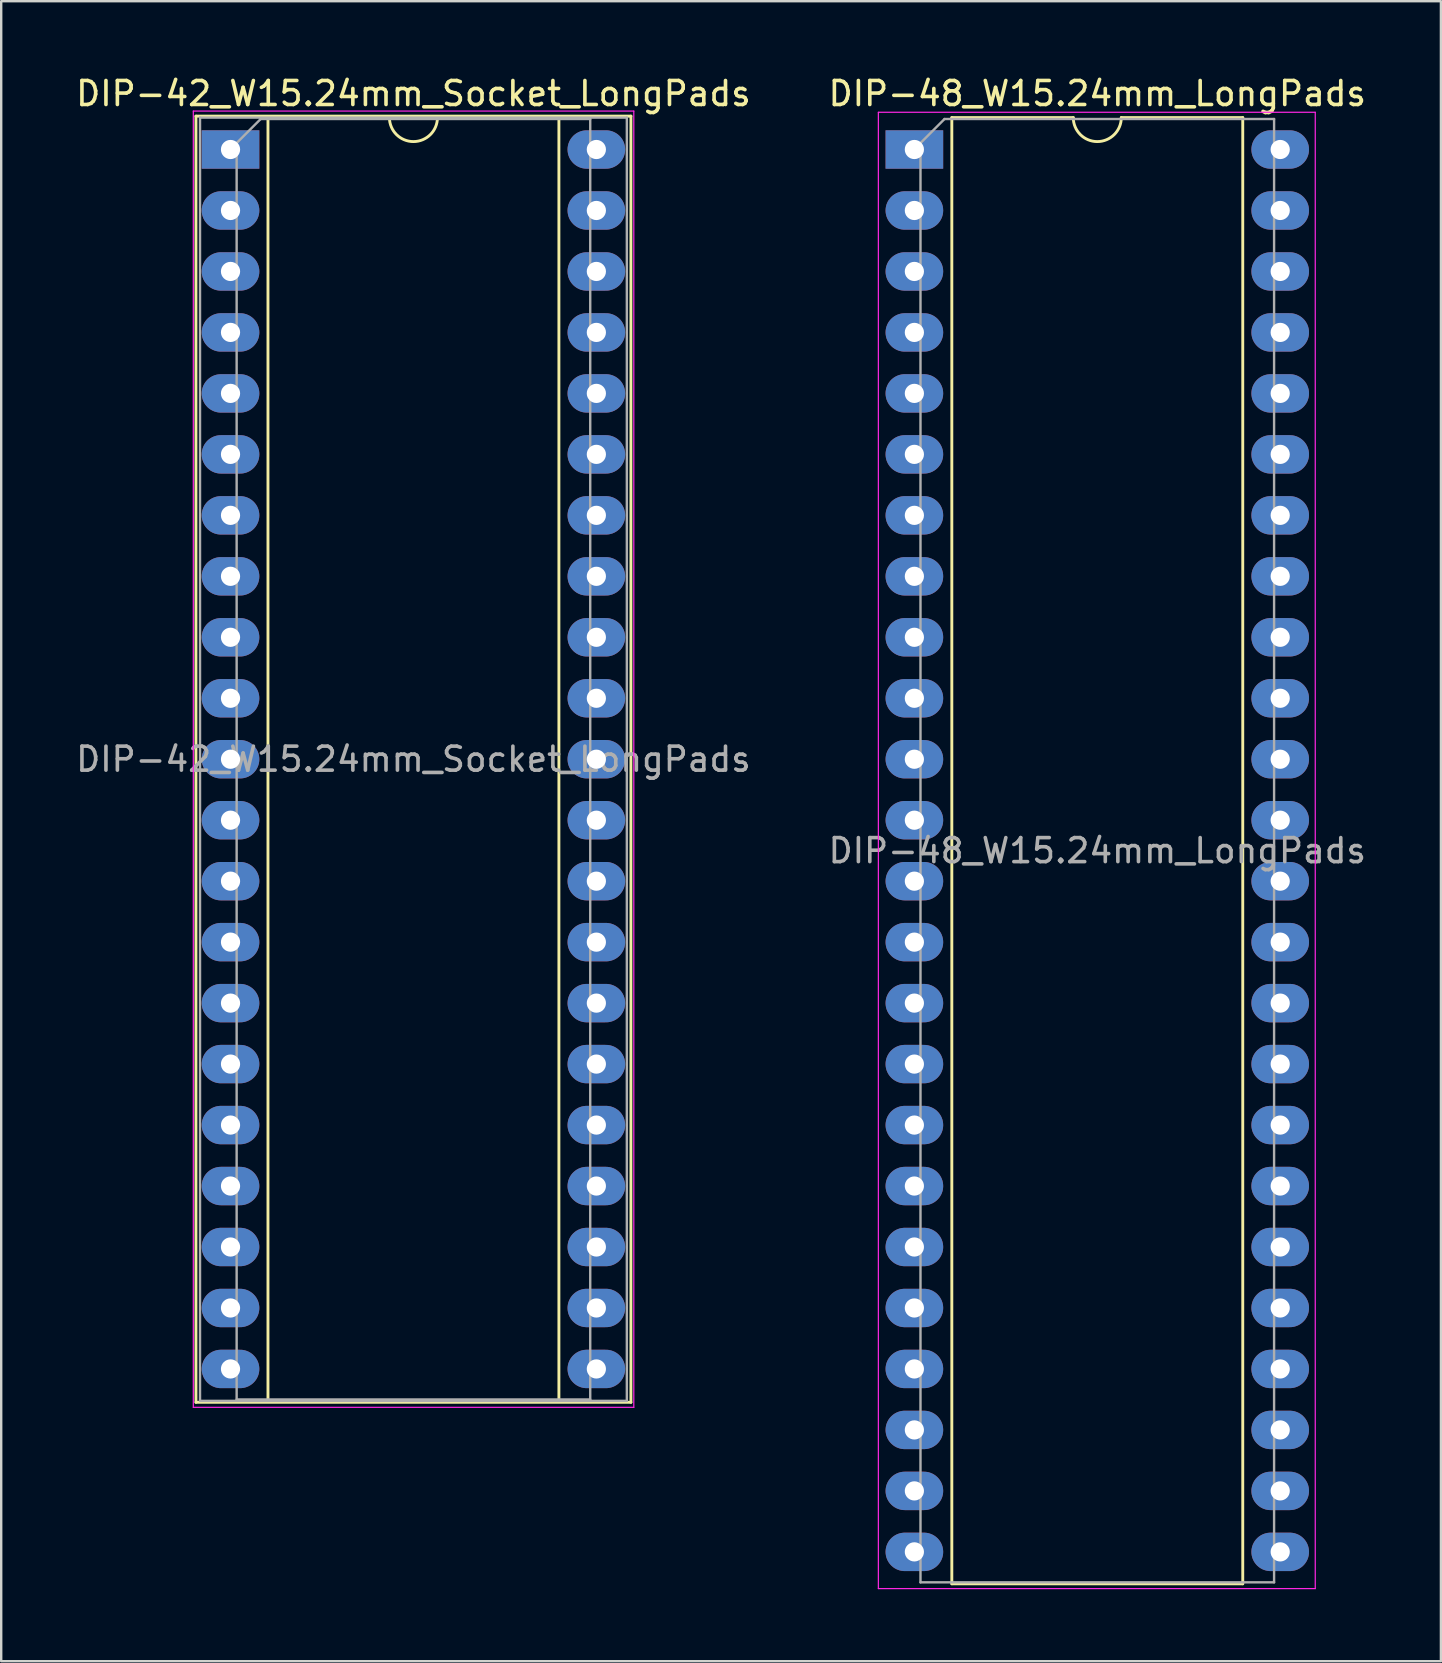
<source format=kicad_pcb>
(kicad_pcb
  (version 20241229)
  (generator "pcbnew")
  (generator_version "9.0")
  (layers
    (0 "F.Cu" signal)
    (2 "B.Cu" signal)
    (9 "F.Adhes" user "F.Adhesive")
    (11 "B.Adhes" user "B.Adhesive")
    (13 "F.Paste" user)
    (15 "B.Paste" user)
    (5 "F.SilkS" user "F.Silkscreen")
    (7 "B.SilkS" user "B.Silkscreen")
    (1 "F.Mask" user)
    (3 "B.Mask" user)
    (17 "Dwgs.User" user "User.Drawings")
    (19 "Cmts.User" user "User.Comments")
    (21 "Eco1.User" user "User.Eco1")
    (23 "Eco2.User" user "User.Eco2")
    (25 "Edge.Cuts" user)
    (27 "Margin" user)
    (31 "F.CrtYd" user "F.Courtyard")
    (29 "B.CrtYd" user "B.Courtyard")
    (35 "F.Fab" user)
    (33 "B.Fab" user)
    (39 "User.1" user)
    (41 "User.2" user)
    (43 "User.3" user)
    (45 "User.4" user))
  (footprint "DIP-48_W15.24mm_LongPads"
    (layer "F.Cu")
    (at 35.041 3.178)
    (property "Reference" "DIP-48_W15.24mm_LongPads" (at 7.62 -2.33 0) (layer "F.SilkS") (effects (font (size 1 1) (thickness 0.15))))
    (attr through_hole)
    (fp_line (start 1.56 -1.33) (end 1.56 59.75) (stroke (width 0.12) (type solid)) (layer "F.SilkS"))
    (fp_line (start 1.56 59.75) (end 13.68 59.75) (stroke (width 0.12) (type solid)) (layer "F.SilkS"))
    (fp_line (start 6.62 -1.33) (end 1.56 -1.33) (stroke (width 0.12) (type solid)) (layer "F.SilkS"))
    (fp_line (start 13.68 -1.33) (end 8.62 -1.33) (stroke (width 0.12) (type solid)) (layer "F.SilkS"))
    (fp_line (start 13.68 59.75) (end 13.68 -1.33) (stroke (width 0.12) (type solid)) (layer "F.SilkS"))
    (fp_arc (start 8.62 -1.33) (mid 7.62 -0.33) (end 6.62 -1.33) (stroke (width 0.12) (type solid)) (layer "F.SilkS"))
    (fp_line (start -1.5 -1.55) (end -1.5 59.95) (stroke (width 0.05) (type solid)) (layer "F.CrtYd"))
    (fp_line (start -1.5 59.95) (end 16.7 59.95) (stroke (width 0.05) (type solid)) (layer "F.CrtYd"))
    (fp_line (start 16.7 -1.55) (end -1.5 -1.55) (stroke (width 0.05) (type solid)) (layer "F.CrtYd"))
    (fp_line (start 16.7 59.95) (end 16.7 -1.55) (stroke (width 0.05) (type solid)) (layer "F.CrtYd"))
    (fp_line (start 0.255 -0.27) (end 1.255 -1.27) (stroke (width 0.1) (type solid)) (layer "F.Fab"))
    (fp_line (start 0.255 59.69) (end 0.255 -0.27) (stroke (width 0.1) (type solid)) (layer "F.Fab"))
    (fp_line (start 1.255 -1.27) (end 14.985 -1.27) (stroke (width 0.1) (type solid)) (layer "F.Fab"))
    (fp_line (start 14.985 -1.27) (end 14.985 59.69) (stroke (width 0.1) (type solid)) (layer "F.Fab"))
    (fp_line (start 14.985 59.69) (end 0.255 59.69) (stroke (width 0.1) (type solid)) (layer "F.Fab"))
    (fp_text user "${REFERENCE}" (at 7.62 29.21 0) (layer "F.Fab") (effects (font (size 1 1) (thickness 0.15))))
    (pad "1" thru_hole rect (at 0 0) (size 2.4 1.6) (drill 0.8) (layers "*.Cu" "*.Mask"))
    (pad "2" thru_hole oval (at 0 2.54) (size 2.4 1.6) (drill 0.8) (layers "*.Cu" "*.Mask"))
    (pad "3" thru_hole oval (at 0 5.08) (size 2.4 1.6) (drill 0.8) (layers "*.Cu" "*.Mask"))
    (pad "4" thru_hole oval (at 0 7.62) (size 2.4 1.6) (drill 0.8) (layers "*.Cu" "*.Mask"))
    (pad "5" thru_hole oval (at 0 10.16) (size 2.4 1.6) (drill 0.8) (layers "*.Cu" "*.Mask"))
    (pad "6" thru_hole oval (at 0 12.7) (size 2.4 1.6) (drill 0.8) (layers "*.Cu" "*.Mask"))
    (pad "7" thru_hole oval (at 0 15.24) (size 2.4 1.6) (drill 0.8) (layers "*.Cu" "*.Mask"))
    (pad "8" thru_hole oval (at 0 17.78) (size 2.4 1.6) (drill 0.8) (layers "*.Cu" "*.Mask"))
    (pad "9" thru_hole oval (at 0 20.32) (size 2.4 1.6) (drill 0.8) (layers "*.Cu" "*.Mask"))
    (pad "10" thru_hole oval (at 0 22.86) (size 2.4 1.6) (drill 0.8) (layers "*.Cu" "*.Mask"))
    (pad "11" thru_hole oval (at 0 25.4) (size 2.4 1.6) (drill 0.8) (layers "*.Cu" "*.Mask"))
    (pad "12" thru_hole oval (at 0 27.94) (size 2.4 1.6) (drill 0.8) (layers "*.Cu" "*.Mask"))
    (pad "13" thru_hole oval (at 0 30.48) (size 2.4 1.6) (drill 0.8) (layers "*.Cu" "*.Mask"))
    (pad "14" thru_hole oval (at 0 33.02) (size 2.4 1.6) (drill 0.8) (layers "*.Cu" "*.Mask"))
    (pad "15" thru_hole oval (at 0 35.56) (size 2.4 1.6) (drill 0.8) (layers "*.Cu" "*.Mask"))
    (pad "16" thru_hole oval (at 0 38.1) (size 2.4 1.6) (drill 0.8) (layers "*.Cu" "*.Mask"))
    (pad "17" thru_hole oval (at 0 40.64) (size 2.4 1.6) (drill 0.8) (layers "*.Cu" "*.Mask"))
    (pad "18" thru_hole oval (at 0 43.18) (size 2.4 1.6) (drill 0.8) (layers "*.Cu" "*.Mask"))
    (pad "19" thru_hole oval (at 0 45.72) (size 2.4 1.6) (drill 0.8) (layers "*.Cu" "*.Mask"))
    (pad "20" thru_hole oval (at 0 48.26) (size 2.4 1.6) (drill 0.8) (layers "*.Cu" "*.Mask"))
    (pad "21" thru_hole oval (at 0 50.8) (size 2.4 1.6) (drill 0.8) (layers "*.Cu" "*.Mask"))
    (pad "22" thru_hole oval (at 0 53.34) (size 2.4 1.6) (drill 0.8) (layers "*.Cu" "*.Mask"))
    (pad "23" thru_hole oval (at 0 55.88) (size 2.4 1.6) (drill 0.8) (layers "*.Cu" "*.Mask"))
    (pad "24" thru_hole oval (at 0 58.42) (size 2.4 1.6) (drill 0.8) (layers "*.Cu" "*.Mask"))
    (pad "25" thru_hole oval (at 15.24 58.42) (size 2.4 1.6) (drill 0.8) (layers "*.Cu" "*.Mask"))
    (pad "26" thru_hole oval (at 15.24 55.88) (size 2.4 1.6) (drill 0.8) (layers "*.Cu" "*.Mask"))
    (pad "27" thru_hole oval (at 15.24 53.34) (size 2.4 1.6) (drill 0.8) (layers "*.Cu" "*.Mask"))
    (pad "28" thru_hole oval (at 15.24 50.8) (size 2.4 1.6) (drill 0.8) (layers "*.Cu" "*.Mask"))
    (pad "29" thru_hole oval (at 15.24 48.26) (size 2.4 1.6) (drill 0.8) (layers "*.Cu" "*.Mask"))
    (pad "30" thru_hole oval (at 15.24 45.72) (size 2.4 1.6) (drill 0.8) (layers "*.Cu" "*.Mask"))
    (pad "31" thru_hole oval (at 15.24 43.18) (size 2.4 1.6) (drill 0.8) (layers "*.Cu" "*.Mask"))
    (pad "32" thru_hole oval (at 15.24 40.64) (size 2.4 1.6) (drill 0.8) (layers "*.Cu" "*.Mask"))
    (pad "33" thru_hole oval (at 15.24 38.1) (size 2.4 1.6) (drill 0.8) (layers "*.Cu" "*.Mask"))
    (pad "34" thru_hole oval (at 15.24 35.56) (size 2.4 1.6) (drill 0.8) (layers "*.Cu" "*.Mask"))
    (pad "35" thru_hole oval (at 15.24 33.02) (size 2.4 1.6) (drill 0.8) (layers "*.Cu" "*.Mask"))
    (pad "36" thru_hole oval (at 15.24 30.48) (size 2.4 1.6) (drill 0.8) (layers "*.Cu" "*.Mask"))
    (pad "37" thru_hole oval (at 15.24 27.94) (size 2.4 1.6) (drill 0.8) (layers "*.Cu" "*.Mask"))
    (pad "38" thru_hole oval (at 15.24 25.4) (size 2.4 1.6) (drill 0.8) (layers "*.Cu" "*.Mask"))
    (pad "39" thru_hole oval (at 15.24 22.86) (size 2.4 1.6) (drill 0.8) (layers "*.Cu" "*.Mask"))
    (pad "40" thru_hole oval (at 15.24 20.32) (size 2.4 1.6) (drill 0.8) (layers "*.Cu" "*.Mask"))
    (pad "41" thru_hole oval (at 15.24 17.78) (size 2.4 1.6) (drill 0.8) (layers "*.Cu" "*.Mask"))
    (pad "42" thru_hole oval (at 15.24 15.24) (size 2.4 1.6) (drill 0.8) (layers "*.Cu" "*.Mask"))
    (pad "43" thru_hole oval (at 15.24 12.7) (size 2.4 1.6) (drill 0.8) (layers "*.Cu" "*.Mask"))
    (pad "44" thru_hole oval (at 15.24 10.16) (size 2.4 1.6) (drill 0.8) (layers "*.Cu" "*.Mask"))
    (pad "45" thru_hole oval (at 15.24 7.62) (size 2.4 1.6) (drill 0.8) (layers "*.Cu" "*.Mask"))
    (pad "46" thru_hole oval (at 15.24 5.08) (size 2.4 1.6) (drill 0.8) (layers "*.Cu" "*.Mask"))
    (pad "47" thru_hole oval (at 15.24 2.54) (size 2.4 1.6) (drill 0.8) (layers "*.Cu" "*.Mask"))
    (pad "48" thru_hole oval (at 15.24 0) (size 2.4 1.6) (drill 0.8) (layers "*.Cu" "*.Mask")))
  (footprint "DIP-42_W15.24mm_Socket_LongPads"
    (layer "F.Cu")
    (at 6.553 3.178)
    (property "Reference" "DIP-42_W15.24mm_Socket_LongPads" (at 7.62 -2.33 0) (layer "F.SilkS") (effects (font (size 1 1) (thickness 0.15))))
    (attr through_hole)
    (fp_line (start -1.44 -1.39) (end -1.44 52.19) (stroke (width 0.12) (type solid)) (layer "F.SilkS"))
    (fp_line (start -1.44 52.19) (end 16.68 52.19) (stroke (width 0.12) (type solid)) (layer "F.SilkS"))
    (fp_line (start 1.56 -1.33) (end 1.56 52.13) (stroke (width 0.12) (type solid)) (layer "F.SilkS"))
    (fp_line (start 1.56 52.13) (end 13.68 52.13) (stroke (width 0.12) (type solid)) (layer "F.SilkS"))
    (fp_line (start 6.62 -1.33) (end 1.56 -1.33) (stroke (width 0.12) (type solid)) (layer "F.SilkS"))
    (fp_line (start 13.68 -1.33) (end 8.62 -1.33) (stroke (width 0.12) (type solid)) (layer "F.SilkS"))
    (fp_line (start 13.68 52.13) (end 13.68 -1.33) (stroke (width 0.12) (type solid)) (layer "F.SilkS"))
    (fp_line (start 16.68 -1.39) (end -1.44 -1.39) (stroke (width 0.12) (type solid)) (layer "F.SilkS"))
    (fp_line (start 16.68 52.19) (end 16.68 -1.39) (stroke (width 0.12) (type solid)) (layer "F.SilkS"))
    (fp_arc (start 8.62 -1.33) (mid 7.62 -0.33) (end 6.62 -1.33) (stroke (width 0.12) (type solid)) (layer "F.SilkS"))
    (fp_line (start -1.55 -1.6) (end -1.55 52.4) (stroke (width 0.05) (type solid)) (layer "F.CrtYd"))
    (fp_line (start -1.55 52.4) (end 16.8 52.4) (stroke (width 0.05) (type solid)) (layer "F.CrtYd"))
    (fp_line (start 16.8 -1.6) (end -1.55 -1.6) (stroke (width 0.05) (type solid)) (layer "F.CrtYd"))
    (fp_line (start 16.8 52.4) (end 16.8 -1.6) (stroke (width 0.05) (type solid)) (layer "F.CrtYd"))
    (fp_line (start -1.27 -1.33) (end -1.27 52.13) (stroke (width 0.1) (type solid)) (layer "F.Fab"))
    (fp_line (start -1.27 52.13) (end 16.51 52.13) (stroke (width 0.1) (type solid)) (layer "F.Fab"))
    (fp_line (start 0.255 -0.27) (end 1.255 -1.27) (stroke (width 0.1) (type solid)) (layer "F.Fab"))
    (fp_line (start 0.255 52.07) (end 0.255 -0.27) (stroke (width 0.1) (type solid)) (layer "F.Fab"))
    (fp_line (start 1.255 -1.27) (end 14.985 -1.27) (stroke (width 0.1) (type solid)) (layer "F.Fab"))
    (fp_line (start 14.985 -1.27) (end 14.985 52.07) (stroke (width 0.1) (type solid)) (layer "F.Fab"))
    (fp_line (start 14.985 52.07) (end 0.255 52.07) (stroke (width 0.1) (type solid)) (layer "F.Fab"))
    (fp_line (start 16.51 -1.33) (end -1.27 -1.33) (stroke (width 0.1) (type solid)) (layer "F.Fab"))
    (fp_line (start 16.51 52.13) (end 16.51 -1.33) (stroke (width 0.1) (type solid)) (layer "F.Fab"))
    (fp_text user "${REFERENCE}" (at 7.62 25.4 0) (layer "F.Fab") (effects (font (size 1 1) (thickness 0.15))))
    (pad "1" thru_hole rect (at 0 0) (size 2.4 1.6) (drill 0.8) (layers "*.Cu" "*.Mask"))
    (pad "2" thru_hole oval (at 0 2.54) (size 2.4 1.6) (drill 0.8) (layers "*.Cu" "*.Mask"))
    (pad "3" thru_hole oval (at 0 5.08) (size 2.4 1.6) (drill 0.8) (layers "*.Cu" "*.Mask"))
    (pad "4" thru_hole oval (at 0 7.62) (size 2.4 1.6) (drill 0.8) (layers "*.Cu" "*.Mask"))
    (pad "5" thru_hole oval (at 0 10.16) (size 2.4 1.6) (drill 0.8) (layers "*.Cu" "*.Mask"))
    (pad "6" thru_hole oval (at 0 12.7) (size 2.4 1.6) (drill 0.8) (layers "*.Cu" "*.Mask"))
    (pad "7" thru_hole oval (at 0 15.24) (size 2.4 1.6) (drill 0.8) (layers "*.Cu" "*.Mask"))
    (pad "8" thru_hole oval (at 0 17.78) (size 2.4 1.6) (drill 0.8) (layers "*.Cu" "*.Mask"))
    (pad "9" thru_hole oval (at 0 20.32) (size 2.4 1.6) (drill 0.8) (layers "*.Cu" "*.Mask"))
    (pad "10" thru_hole oval (at 0 22.86) (size 2.4 1.6) (drill 0.8) (layers "*.Cu" "*.Mask"))
    (pad "11" thru_hole oval (at 0 25.4) (size 2.4 1.6) (drill 0.8) (layers "*.Cu" "*.Mask"))
    (pad "12" thru_hole oval (at 0 27.94) (size 2.4 1.6) (drill 0.8) (layers "*.Cu" "*.Mask"))
    (pad "13" thru_hole oval (at 0 30.48) (size 2.4 1.6) (drill 0.8) (layers "*.Cu" "*.Mask"))
    (pad "14" thru_hole oval (at 0 33.02) (size 2.4 1.6) (drill 0.8) (layers "*.Cu" "*.Mask"))
    (pad "15" thru_hole oval (at 0 35.56) (size 2.4 1.6) (drill 0.8) (layers "*.Cu" "*.Mask"))
    (pad "16" thru_hole oval (at 0 38.1) (size 2.4 1.6) (drill 0.8) (layers "*.Cu" "*.Mask"))
    (pad "17" thru_hole oval (at 0 40.64) (size 2.4 1.6) (drill 0.8) (layers "*.Cu" "*.Mask"))
    (pad "18" thru_hole oval (at 0 43.18) (size 2.4 1.6) (drill 0.8) (layers "*.Cu" "*.Mask"))
    (pad "19" thru_hole oval (at 0 45.72) (size 2.4 1.6) (drill 0.8) (layers "*.Cu" "*.Mask"))
    (pad "20" thru_hole oval (at 0 48.26) (size 2.4 1.6) (drill 0.8) (layers "*.Cu" "*.Mask"))
    (pad "21" thru_hole oval (at 0 50.8) (size 2.4 1.6) (drill 0.8) (layers "*.Cu" "*.Mask"))
    (pad "22" thru_hole oval (at 15.24 50.8) (size 2.4 1.6) (drill 0.8) (layers "*.Cu" "*.Mask"))
    (pad "23" thru_hole oval (at 15.24 48.26) (size 2.4 1.6) (drill 0.8) (layers "*.Cu" "*.Mask"))
    (pad "24" thru_hole oval (at 15.24 45.72) (size 2.4 1.6) (drill 0.8) (layers "*.Cu" "*.Mask"))
    (pad "25" thru_hole oval (at 15.24 43.18) (size 2.4 1.6) (drill 0.8) (layers "*.Cu" "*.Mask"))
    (pad "26" thru_hole oval (at 15.24 40.64) (size 2.4 1.6) (drill 0.8) (layers "*.Cu" "*.Mask"))
    (pad "27" thru_hole oval (at 15.24 38.1) (size 2.4 1.6) (drill 0.8) (layers "*.Cu" "*.Mask"))
    (pad "28" thru_hole oval (at 15.24 35.56) (size 2.4 1.6) (drill 0.8) (layers "*.Cu" "*.Mask"))
    (pad "29" thru_hole oval (at 15.24 33.02) (size 2.4 1.6) (drill 0.8) (layers "*.Cu" "*.Mask"))
    (pad "30" thru_hole oval (at 15.24 30.48) (size 2.4 1.6) (drill 0.8) (layers "*.Cu" "*.Mask"))
    (pad "31" thru_hole oval (at 15.24 27.94) (size 2.4 1.6) (drill 0.8) (layers "*.Cu" "*.Mask"))
    (pad "32" thru_hole oval (at 15.24 25.4) (size 2.4 1.6) (drill 0.8) (layers "*.Cu" "*.Mask"))
    (pad "33" thru_hole oval (at 15.24 22.86) (size 2.4 1.6) (drill 0.8) (layers "*.Cu" "*.Mask"))
    (pad "34" thru_hole oval (at 15.24 20.32) (size 2.4 1.6) (drill 0.8) (layers "*.Cu" "*.Mask"))
    (pad "35" thru_hole oval (at 15.24 17.78) (size 2.4 1.6) (drill 0.8) (layers "*.Cu" "*.Mask"))
    (pad "36" thru_hole oval (at 15.24 15.24) (size 2.4 1.6) (drill 0.8) (layers "*.Cu" "*.Mask"))
    (pad "37" thru_hole oval (at 15.24 12.7) (size 2.4 1.6) (drill 0.8) (layers "*.Cu" "*.Mask"))
    (pad "38" thru_hole oval (at 15.24 10.16) (size 2.4 1.6) (drill 0.8) (layers "*.Cu" "*.Mask"))
    (pad "39" thru_hole oval (at 15.24 7.62) (size 2.4 1.6) (drill 0.8) (layers "*.Cu" "*.Mask"))
    (pad "40" thru_hole oval (at 15.24 5.08) (size 2.4 1.6) (drill 0.8) (layers "*.Cu" "*.Mask"))
    (pad "41" thru_hole oval (at 15.24 2.54) (size 2.4 1.6) (drill 0.8) (layers "*.Cu" "*.Mask"))
    (pad "42" thru_hole oval (at 15.24 0) (size 2.4 1.6) (drill 0.8) (layers "*.Cu" "*.Mask")))
  (gr_rect
    (start -3 -3)
    (end 56.976 66.153)
    (stroke (width 0.1) (type default))
    (fill no)
    (layer "Edge.Cuts")))
</source>
